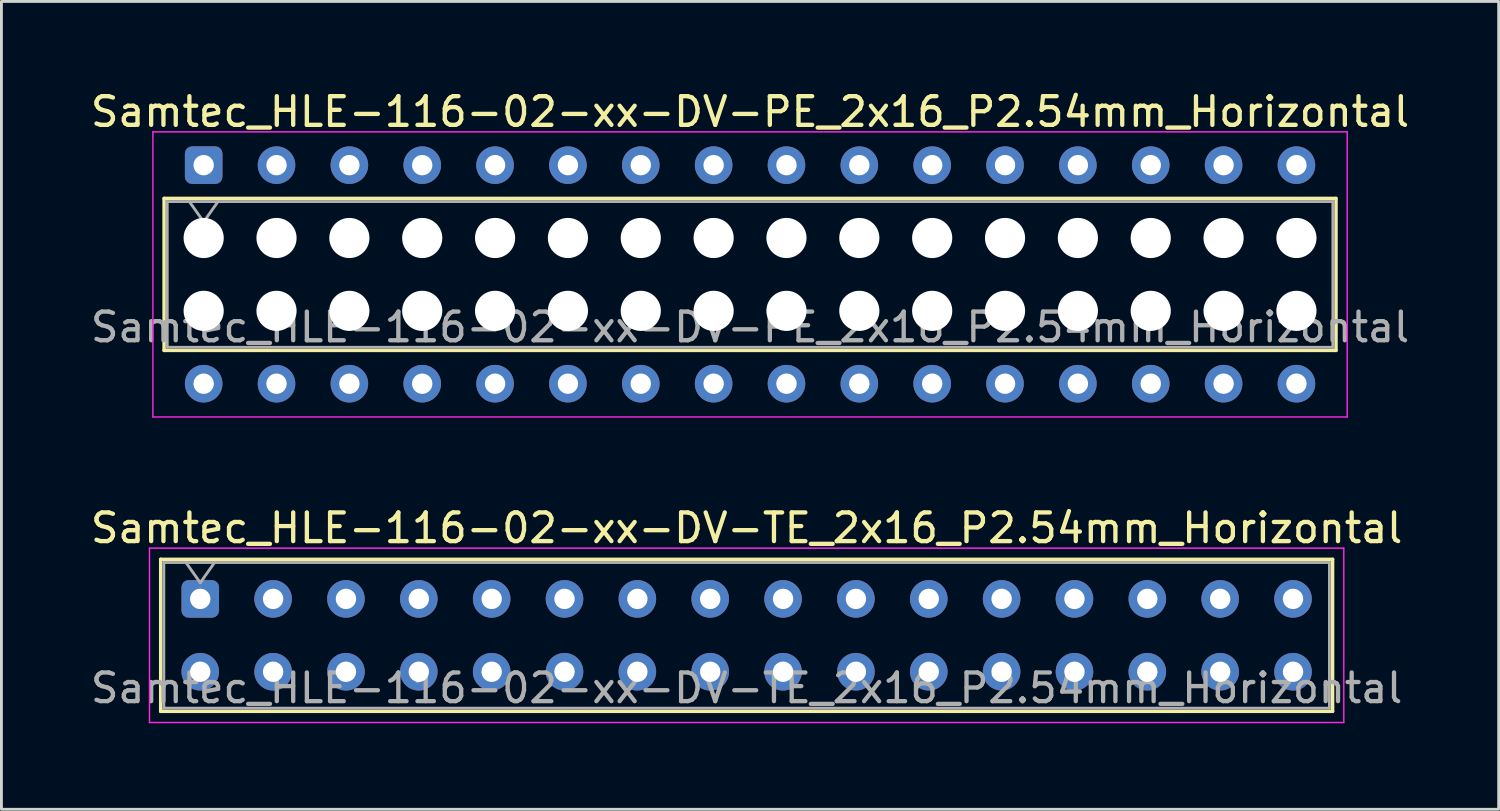
<source format=kicad_pcb>
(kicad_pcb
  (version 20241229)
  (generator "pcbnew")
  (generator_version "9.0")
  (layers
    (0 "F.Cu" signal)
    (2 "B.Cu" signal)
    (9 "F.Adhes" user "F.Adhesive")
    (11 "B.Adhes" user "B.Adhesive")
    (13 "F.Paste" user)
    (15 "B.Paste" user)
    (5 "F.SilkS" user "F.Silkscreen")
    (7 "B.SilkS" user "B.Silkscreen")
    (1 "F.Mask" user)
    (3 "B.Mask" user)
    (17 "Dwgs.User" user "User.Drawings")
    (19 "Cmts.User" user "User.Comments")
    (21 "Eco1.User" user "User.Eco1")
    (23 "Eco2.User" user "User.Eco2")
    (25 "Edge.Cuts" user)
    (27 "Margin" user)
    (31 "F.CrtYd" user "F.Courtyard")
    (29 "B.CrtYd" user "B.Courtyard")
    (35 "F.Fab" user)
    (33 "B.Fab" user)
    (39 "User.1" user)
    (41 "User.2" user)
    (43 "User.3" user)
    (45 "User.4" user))
  (footprint "Samtec_HLE-116-02-xx-DV-PE_2x16_P2.54mm_Horizontal"
    (layer "F.Cu")
    (at 4.051 2.708)
    (property "Reference" "Samtec_HLE-116-02-xx-DV-PE_2x16_P2.54mm_Horizontal" (at 19.05 -1.86 0) (layer "F.SilkS") (effects (font (size 1 1) (thickness 0.15))))
    (attr through_hole)
    (fp_line (start -1.38 1.16) (end 39.48 1.16) (stroke (width 0.12) (type solid)) (layer "F.SilkS"))
    (fp_line (start -1.38 6.46) (end -1.38 1.16) (stroke (width 0.12) (type solid)) (layer "F.SilkS"))
    (fp_line (start 39.48 1.16) (end 39.48 6.46) (stroke (width 0.12) (type solid)) (layer "F.SilkS"))
    (fp_line (start 39.48 6.46) (end -1.38 6.46) (stroke (width 0.12) (type solid)) (layer "F.SilkS"))
    (fp_line (start -1.77 -1.16) (end 39.87 -1.16) (stroke (width 0.05) (type solid)) (layer "F.CrtYd"))
    (fp_line (start -1.77 8.78) (end -1.77 -1.16) (stroke (width 0.05) (type solid)) (layer "F.CrtYd"))
    (fp_line (start 39.87 -1.16) (end 39.87 8.78) (stroke (width 0.05) (type solid)) (layer "F.CrtYd"))
    (fp_line (start 39.87 8.78) (end -1.77 8.78) (stroke (width 0.05) (type solid)) (layer "F.CrtYd"))
    (fp_line (start -1.27 1.27) (end 39.37 1.27) (stroke (width 0.1) (type solid)) (layer "F.Fab"))
    (fp_line (start -1.27 6.35) (end -1.27 1.27) (stroke (width 0.1) (type solid)) (layer "F.Fab"))
    (fp_line (start -0.5 1.27) (end 0 1.977) (stroke (width 0.1) (type solid)) (layer "F.Fab"))
    (fp_line (start 0 1.977) (end 0.5 1.27) (stroke (width 0.1) (type solid)) (layer "F.Fab"))
    (fp_line (start 39.37 1.27) (end 39.37 6.35) (stroke (width 0.1) (type solid)) (layer "F.Fab"))
    (fp_line (start 39.37 6.35) (end -1.27 6.35) (stroke (width 0.1) (type solid)) (layer "F.Fab"))
    (fp_text user "${REFERENCE}" (at 19.05 5.65 0) (layer "F.Fab") (effects (font (size 1 1) (thickness 0.15))))
    (pad "" np_thru_hole circle (at 0 2.54) (size 1.4 1.4) (drill 1.4) (layers "*.Cu" "*.Mask"))
    (pad "" np_thru_hole circle (at 0 5.08) (size 1.4 1.4) (drill 1.4) (layers "*.Cu" "*.Mask"))
    (pad "" np_thru_hole circle (at 2.54 2.54) (size 1.4 1.4) (drill 1.4) (layers "*.Cu" "*.Mask"))
    (pad "" np_thru_hole circle (at 2.54 5.08) (size 1.4 1.4) (drill 1.4) (layers "*.Cu" "*.Mask"))
    (pad "" np_thru_hole circle (at 5.08 2.54) (size 1.4 1.4) (drill 1.4) (layers "*.Cu" "*.Mask"))
    (pad "" np_thru_hole circle (at 5.08 5.08) (size 1.4 1.4) (drill 1.4) (layers "*.Cu" "*.Mask"))
    (pad "" np_thru_hole circle (at 7.62 2.54) (size 1.4 1.4) (drill 1.4) (layers "*.Cu" "*.Mask"))
    (pad "" np_thru_hole circle (at 7.62 5.08) (size 1.4 1.4) (drill 1.4) (layers "*.Cu" "*.Mask"))
    (pad "" np_thru_hole circle (at 10.16 2.54) (size 1.4 1.4) (drill 1.4) (layers "*.Cu" "*.Mask"))
    (pad "" np_thru_hole circle (at 10.16 5.08) (size 1.4 1.4) (drill 1.4) (layers "*.Cu" "*.Mask"))
    (pad "" np_thru_hole circle (at 12.7 2.54) (size 1.4 1.4) (drill 1.4) (layers "*.Cu" "*.Mask"))
    (pad "" np_thru_hole circle (at 12.7 5.08) (size 1.4 1.4) (drill 1.4) (layers "*.Cu" "*.Mask"))
    (pad "" np_thru_hole circle (at 15.24 2.54) (size 1.4 1.4) (drill 1.4) (layers "*.Cu" "*.Mask"))
    (pad "" np_thru_hole circle (at 15.24 5.08) (size 1.4 1.4) (drill 1.4) (layers "*.Cu" "*.Mask"))
    (pad "" np_thru_hole circle (at 17.78 2.54) (size 1.4 1.4) (drill 1.4) (layers "*.Cu" "*.Mask"))
    (pad "" np_thru_hole circle (at 17.78 5.08) (size 1.4 1.4) (drill 1.4) (layers "*.Cu" "*.Mask"))
    (pad "" np_thru_hole circle (at 20.32 2.54) (size 1.4 1.4) (drill 1.4) (layers "*.Cu" "*.Mask"))
    (pad "" np_thru_hole circle (at 20.32 5.08) (size 1.4 1.4) (drill 1.4) (layers "*.Cu" "*.Mask"))
    (pad "" np_thru_hole circle (at 22.86 2.54) (size 1.4 1.4) (drill 1.4) (layers "*.Cu" "*.Mask"))
    (pad "" np_thru_hole circle (at 22.86 5.08) (size 1.4 1.4) (drill 1.4) (layers "*.Cu" "*.Mask"))
    (pad "" np_thru_hole circle (at 25.4 2.54) (size 1.4 1.4) (drill 1.4) (layers "*.Cu" "*.Mask"))
    (pad "" np_thru_hole circle (at 25.4 5.08) (size 1.4 1.4) (drill 1.4) (layers "*.Cu" "*.Mask"))
    (pad "" np_thru_hole circle (at 27.94 2.54) (size 1.4 1.4) (drill 1.4) (layers "*.Cu" "*.Mask"))
    (pad "" np_thru_hole circle (at 27.94 5.08) (size 1.4 1.4) (drill 1.4) (layers "*.Cu" "*.Mask"))
    (pad "" np_thru_hole circle (at 30.48 2.54) (size 1.4 1.4) (drill 1.4) (layers "*.Cu" "*.Mask"))
    (pad "" np_thru_hole circle (at 30.48 5.08) (size 1.4 1.4) (drill 1.4) (layers "*.Cu" "*.Mask"))
    (pad "" np_thru_hole circle (at 33.02 2.54) (size 1.4 1.4) (drill 1.4) (layers "*.Cu" "*.Mask"))
    (pad "" np_thru_hole circle (at 33.02 5.08) (size 1.4 1.4) (drill 1.4) (layers "*.Cu" "*.Mask"))
    (pad "" np_thru_hole circle (at 35.56 2.54) (size 1.4 1.4) (drill 1.4) (layers "*.Cu" "*.Mask"))
    (pad "" np_thru_hole circle (at 35.56 5.08) (size 1.4 1.4) (drill 1.4) (layers "*.Cu" "*.Mask"))
    (pad "" np_thru_hole circle (at 38.1 2.54) (size 1.4 1.4) (drill 1.4) (layers "*.Cu" "*.Mask"))
    (pad "" np_thru_hole circle (at 38.1 5.08) (size 1.4 1.4) (drill 1.4) (layers "*.Cu" "*.Mask"))
    (pad "1" thru_hole roundrect (at 0 0) (size 1.31 1.31) (drill 0.71) (layers "*.Cu" "*.Mask") (roundrect_rratio 0.191))
    (pad "2" thru_hole circle (at 0 7.62) (size 1.31 1.31) (drill 0.71) (layers "*.Cu" "*.Mask"))
    (pad "3" thru_hole circle (at 2.54 0) (size 1.31 1.31) (drill 0.71) (layers "*.Cu" "*.Mask"))
    (pad "4" thru_hole circle (at 2.54 7.62) (size 1.31 1.31) (drill 0.71) (layers "*.Cu" "*.Mask"))
    (pad "5" thru_hole circle (at 5.08 0) (size 1.31 1.31) (drill 0.71) (layers "*.Cu" "*.Mask"))
    (pad "6" thru_hole circle (at 5.08 7.62) (size 1.31 1.31) (drill 0.71) (layers "*.Cu" "*.Mask"))
    (pad "7" thru_hole circle (at 7.62 0) (size 1.31 1.31) (drill 0.71) (layers "*.Cu" "*.Mask"))
    (pad "8" thru_hole circle (at 7.62 7.62) (size 1.31 1.31) (drill 0.71) (layers "*.Cu" "*.Mask"))
    (pad "9" thru_hole circle (at 10.16 0) (size 1.31 1.31) (drill 0.71) (layers "*.Cu" "*.Mask"))
    (pad "10" thru_hole circle (at 10.16 7.62) (size 1.31 1.31) (drill 0.71) (layers "*.Cu" "*.Mask"))
    (pad "11" thru_hole circle (at 12.7 0) (size 1.31 1.31) (drill 0.71) (layers "*.Cu" "*.Mask"))
    (pad "12" thru_hole circle (at 12.7 7.62) (size 1.31 1.31) (drill 0.71) (layers "*.Cu" "*.Mask"))
    (pad "13" thru_hole circle (at 15.24 0) (size 1.31 1.31) (drill 0.71) (layers "*.Cu" "*.Mask"))
    (pad "14" thru_hole circle (at 15.24 7.62) (size 1.31 1.31) (drill 0.71) (layers "*.Cu" "*.Mask"))
    (pad "15" thru_hole circle (at 17.78 0) (size 1.31 1.31) (drill 0.71) (layers "*.Cu" "*.Mask"))
    (pad "16" thru_hole circle (at 17.78 7.62) (size 1.31 1.31) (drill 0.71) (layers "*.Cu" "*.Mask"))
    (pad "17" thru_hole circle (at 20.32 0) (size 1.31 1.31) (drill 0.71) (layers "*.Cu" "*.Mask"))
    (pad "18" thru_hole circle (at 20.32 7.62) (size 1.31 1.31) (drill 0.71) (layers "*.Cu" "*.Mask"))
    (pad "19" thru_hole circle (at 22.86 0) (size 1.31 1.31) (drill 0.71) (layers "*.Cu" "*.Mask"))
    (pad "20" thru_hole circle (at 22.86 7.62) (size 1.31 1.31) (drill 0.71) (layers "*.Cu" "*.Mask"))
    (pad "21" thru_hole circle (at 25.4 0) (size 1.31 1.31) (drill 0.71) (layers "*.Cu" "*.Mask"))
    (pad "22" thru_hole circle (at 25.4 7.62) (size 1.31 1.31) (drill 0.71) (layers "*.Cu" "*.Mask"))
    (pad "23" thru_hole circle (at 27.94 0) (size 1.31 1.31) (drill 0.71) (layers "*.Cu" "*.Mask"))
    (pad "24" thru_hole circle (at 27.94 7.62) (size 1.31 1.31) (drill 0.71) (layers "*.Cu" "*.Mask"))
    (pad "25" thru_hole circle (at 30.48 0) (size 1.31 1.31) (drill 0.71) (layers "*.Cu" "*.Mask"))
    (pad "26" thru_hole circle (at 30.48 7.62) (size 1.31 1.31) (drill 0.71) (layers "*.Cu" "*.Mask"))
    (pad "27" thru_hole circle (at 33.02 0) (size 1.31 1.31) (drill 0.71) (layers "*.Cu" "*.Mask"))
    (pad "28" thru_hole circle (at 33.02 7.62) (size 1.31 1.31) (drill 0.71) (layers "*.Cu" "*.Mask"))
    (pad "29" thru_hole circle (at 35.56 0) (size 1.31 1.31) (drill 0.71) (layers "*.Cu" "*.Mask"))
    (pad "30" thru_hole circle (at 35.56 7.62) (size 1.31 1.31) (drill 0.71) (layers "*.Cu" "*.Mask"))
    (pad "31" thru_hole circle (at 38.1 0) (size 1.31 1.31) (drill 0.71) (layers "*.Cu" "*.Mask"))
    (pad "32" thru_hole circle (at 38.1 7.62) (size 1.31 1.31) (drill 0.71) (layers "*.Cu" "*.Mask")))
  (footprint "Samtec_HLE-116-02-xx-DV-TE_2x16_P2.54mm_Horizontal"
    (layer "F.Cu")
    (at 3.932 17.831)
    (property "Reference" "Samtec_HLE-116-02-xx-DV-TE_2x16_P2.54mm_Horizontal" (at 19.05 -2.47 0) (layer "F.SilkS") (effects (font (size 1 1) (thickness 0.15))))
    (attr through_hole)
    (fp_line (start -1.38 -1.38) (end 39.48 -1.38) (stroke (width 0.12) (type solid)) (layer "F.SilkS"))
    (fp_line (start -1.38 3.92) (end -1.38 -1.38) (stroke (width 0.12) (type solid)) (layer "F.SilkS"))
    (fp_line (start 39.48 -1.38) (end 39.48 3.92) (stroke (width 0.12) (type solid)) (layer "F.SilkS"))
    (fp_line (start 39.48 3.92) (end -1.38 3.92) (stroke (width 0.12) (type solid)) (layer "F.SilkS"))
    (fp_line (start -1.77 -1.77) (end 39.87 -1.77) (stroke (width 0.05) (type solid)) (layer "F.CrtYd"))
    (fp_line (start -1.77 4.31) (end -1.77 -1.77) (stroke (width 0.05) (type solid)) (layer "F.CrtYd"))
    (fp_line (start 39.87 -1.77) (end 39.87 4.31) (stroke (width 0.05) (type solid)) (layer "F.CrtYd"))
    (fp_line (start 39.87 4.31) (end -1.77 4.31) (stroke (width 0.05) (type solid)) (layer "F.CrtYd"))
    (fp_line (start -1.27 -1.27) (end 39.37 -1.27) (stroke (width 0.1) (type solid)) (layer "F.Fab"))
    (fp_line (start -1.27 3.81) (end -1.27 -1.27) (stroke (width 0.1) (type solid)) (layer "F.Fab"))
    (fp_line (start -0.5 -1.27) (end 0 -0.563) (stroke (width 0.1) (type solid)) (layer "F.Fab"))
    (fp_line (start 0 -0.563) (end 0.5 -1.27) (stroke (width 0.1) (type solid)) (layer "F.Fab"))
    (fp_line (start 39.37 -1.27) (end 39.37 3.81) (stroke (width 0.1) (type solid)) (layer "F.Fab"))
    (fp_line (start 39.37 3.81) (end -1.27 3.81) (stroke (width 0.1) (type solid)) (layer "F.Fab"))
    (fp_text user "${REFERENCE}" (at 19.05 3.11 0) (layer "F.Fab") (effects (font (size 1 1) (thickness 0.15))))
    (pad "1" thru_hole roundrect (at 0 0) (size 1.31 1.31) (drill 0.71) (layers "*.Cu" "*.Mask") (roundrect_rratio 0.191))
    (pad "2" thru_hole circle (at 0 2.54) (size 1.31 1.31) (drill 0.71) (layers "*.Cu" "*.Mask"))
    (pad "3" thru_hole circle (at 2.54 0) (size 1.31 1.31) (drill 0.71) (layers "*.Cu" "*.Mask"))
    (pad "4" thru_hole circle (at 2.54 2.54) (size 1.31 1.31) (drill 0.71) (layers "*.Cu" "*.Mask"))
    (pad "5" thru_hole circle (at 5.08 0) (size 1.31 1.31) (drill 0.71) (layers "*.Cu" "*.Mask"))
    (pad "6" thru_hole circle (at 5.08 2.54) (size 1.31 1.31) (drill 0.71) (layers "*.Cu" "*.Mask"))
    (pad "7" thru_hole circle (at 7.62 0) (size 1.31 1.31) (drill 0.71) (layers "*.Cu" "*.Mask"))
    (pad "8" thru_hole circle (at 7.62 2.54) (size 1.31 1.31) (drill 0.71) (layers "*.Cu" "*.Mask"))
    (pad "9" thru_hole circle (at 10.16 0) (size 1.31 1.31) (drill 0.71) (layers "*.Cu" "*.Mask"))
    (pad "10" thru_hole circle (at 10.16 2.54) (size 1.31 1.31) (drill 0.71) (layers "*.Cu" "*.Mask"))
    (pad "11" thru_hole circle (at 12.7 0) (size 1.31 1.31) (drill 0.71) (layers "*.Cu" "*.Mask"))
    (pad "12" thru_hole circle (at 12.7 2.54) (size 1.31 1.31) (drill 0.71) (layers "*.Cu" "*.Mask"))
    (pad "13" thru_hole circle (at 15.24 0) (size 1.31 1.31) (drill 0.71) (layers "*.Cu" "*.Mask"))
    (pad "14" thru_hole circle (at 15.24 2.54) (size 1.31 1.31) (drill 0.71) (layers "*.Cu" "*.Mask"))
    (pad "15" thru_hole circle (at 17.78 0) (size 1.31 1.31) (drill 0.71) (layers "*.Cu" "*.Mask"))
    (pad "16" thru_hole circle (at 17.78 2.54) (size 1.31 1.31) (drill 0.71) (layers "*.Cu" "*.Mask"))
    (pad "17" thru_hole circle (at 20.32 0) (size 1.31 1.31) (drill 0.71) (layers "*.Cu" "*.Mask"))
    (pad "18" thru_hole circle (at 20.32 2.54) (size 1.31 1.31) (drill 0.71) (layers "*.Cu" "*.Mask"))
    (pad "19" thru_hole circle (at 22.86 0) (size 1.31 1.31) (drill 0.71) (layers "*.Cu" "*.Mask"))
    (pad "20" thru_hole circle (at 22.86 2.54) (size 1.31 1.31) (drill 0.71) (layers "*.Cu" "*.Mask"))
    (pad "21" thru_hole circle (at 25.4 0) (size 1.31 1.31) (drill 0.71) (layers "*.Cu" "*.Mask"))
    (pad "22" thru_hole circle (at 25.4 2.54) (size 1.31 1.31) (drill 0.71) (layers "*.Cu" "*.Mask"))
    (pad "23" thru_hole circle (at 27.94 0) (size 1.31 1.31) (drill 0.71) (layers "*.Cu" "*.Mask"))
    (pad "24" thru_hole circle (at 27.94 2.54) (size 1.31 1.31) (drill 0.71) (layers "*.Cu" "*.Mask"))
    (pad "25" thru_hole circle (at 30.48 0) (size 1.31 1.31) (drill 0.71) (layers "*.Cu" "*.Mask"))
    (pad "26" thru_hole circle (at 30.48 2.54) (size 1.31 1.31) (drill 0.71) (layers "*.Cu" "*.Mask"))
    (pad "27" thru_hole circle (at 33.02 0) (size 1.31 1.31) (drill 0.71) (layers "*.Cu" "*.Mask"))
    (pad "28" thru_hole circle (at 33.02 2.54) (size 1.31 1.31) (drill 0.71) (layers "*.Cu" "*.Mask"))
    (pad "29" thru_hole circle (at 35.56 0) (size 1.31 1.31) (drill 0.71) (layers "*.Cu" "*.Mask"))
    (pad "30" thru_hole circle (at 35.56 2.54) (size 1.31 1.31) (drill 0.71) (layers "*.Cu" "*.Mask"))
    (pad "31" thru_hole circle (at 38.1 0) (size 1.31 1.31) (drill 0.71) (layers "*.Cu" "*.Mask"))
    (pad "32" thru_hole circle (at 38.1 2.54) (size 1.31 1.31) (drill 0.71) (layers "*.Cu" "*.Mask")))
  (gr_rect
    (start -3 -3)
    (end 49.202 25.166)
    (stroke (width 0.1) (type default))
    (fill no)
    (layer "Edge.Cuts")))
</source>
